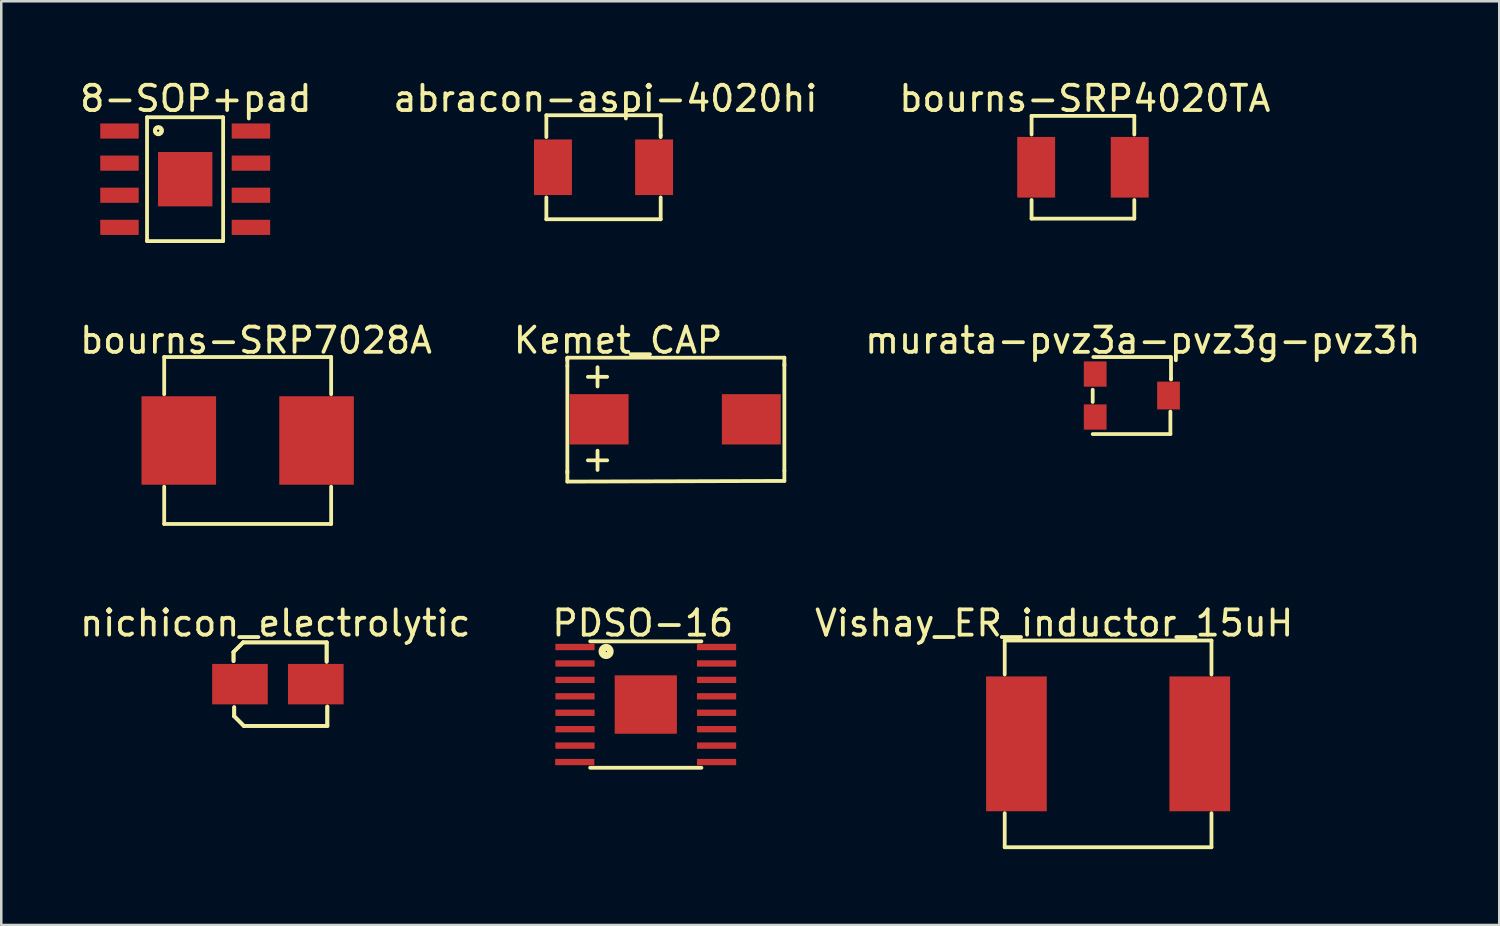
<source format=kicad_pcb>
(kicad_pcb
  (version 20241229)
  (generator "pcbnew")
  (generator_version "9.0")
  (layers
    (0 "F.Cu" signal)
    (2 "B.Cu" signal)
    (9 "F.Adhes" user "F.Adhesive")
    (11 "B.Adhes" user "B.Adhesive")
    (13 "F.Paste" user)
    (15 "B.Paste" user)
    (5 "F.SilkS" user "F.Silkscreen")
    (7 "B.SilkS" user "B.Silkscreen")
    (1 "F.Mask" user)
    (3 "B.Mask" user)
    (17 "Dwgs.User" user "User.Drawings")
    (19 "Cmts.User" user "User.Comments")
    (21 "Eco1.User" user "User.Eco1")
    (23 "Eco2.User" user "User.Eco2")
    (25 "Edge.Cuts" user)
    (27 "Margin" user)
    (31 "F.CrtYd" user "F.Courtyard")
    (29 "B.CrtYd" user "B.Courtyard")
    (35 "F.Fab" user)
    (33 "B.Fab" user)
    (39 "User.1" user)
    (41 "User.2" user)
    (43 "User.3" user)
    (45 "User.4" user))
  (footprint "bourns-SRP7028A"
    (layer "F.Cu")
    (at 6.747 14.374)
    (property "Reference" "bourns-SRP7028A" (at 0.33 -3.962 0) (layer "F.SilkS") (effects (font (size 1 1) (thickness 0.15))))
    (attr through_hole)
    (fp_line (start -3.302 -3.302) (end -3.302 -1.829) (stroke (width 0.15) (type solid)) (layer "F.SilkS"))
    (fp_line (start -3.302 -3.302) (end 3.302 -3.302) (stroke (width 0.15) (type solid)) (layer "F.SilkS"))
    (fp_line (start -3.302 3.302) (end -3.302 1.829) (stroke (width 0.15) (type solid)) (layer "F.SilkS"))
    (fp_line (start -3.302 3.302) (end 3.302 3.302) (stroke (width 0.15) (type solid)) (layer "F.SilkS"))
    (fp_line (start 3.302 -3.302) (end 3.302 -1.829) (stroke (width 0.15) (type solid)) (layer "F.SilkS"))
    (fp_line (start 3.302 3.302) (end 3.302 1.829) (stroke (width 0.15) (type solid)) (layer "F.SilkS"))
    (pad "1" smd rect (at -2.725 0) (size 2.95 3.5) (layers "F.Cu" "F.Mask" "F.Paste"))
    (pad "2" smd rect (at 2.725 0) (size 2.95 3.5) (layers "F.Cu" "F.Mask" "F.Paste")))
  (footprint "murata-pvz3a-pvz3g-pvz3h"
    (layer "F.Cu")
    (at 41.722 12.596)
    (property "Reference" "murata-pvz3a-pvz3g-pvz3h" (at 0.432 -2.184 0) (layer "F.SilkS") (effects (font (size 1 1) (thickness 0.15))))
    (attr through_hole)
    (fp_line (start -1.549 -0.229) (end -1.549 0.254) (stroke (width 0.15) (type solid)) (layer "F.SilkS"))
    (fp_line (start 1.524 -1.524) (end -1.524 -1.524) (stroke (width 0.15) (type solid)) (layer "F.SilkS"))
    (fp_line (start 1.524 1.524) (end -1.549 1.524) (stroke (width 0.15) (type solid)) (layer "F.SilkS"))
    (fp_line (start 1.524 1.524) (end 1.524 0.635) (stroke (width 0.15) (type solid)) (layer "F.SilkS"))
    (fp_line (start 1.549 -1.524) (end 1.549 -0.66) (stroke (width 0.15) (type solid)) (layer "F.SilkS"))
    (fp_line (start 1.549 -0.66) (end 1.549 -0.635) (stroke (width 0.15) (type solid)) (layer "F.SilkS"))
    (pad "1" smd rect (at -1.45 -0.85) (size 0.9 1) (layers "F.Cu" "F.Mask" "F.Paste"))
    (pad "2" smd rect (at 1.45 0) (size 0.9 1.1) (layers "F.Cu" "F.Mask" "F.Paste"))
    (pad "3" smd rect (at -1.45 0.85) (size 0.9 1) (layers "F.Cu" "F.Mask" "F.Paste")))
  (footprint "Vishay_ER_inductor_15uH"
    (layer "F.Cu")
    (at 40.782 26.374)
    (property "Reference" "Vishay_ER_inductor_15uH" (at -2.134 -4.775 0) (layer "F.SilkS") (effects (font (size 1 1) (thickness 0.15))))
    (attr through_hole)
    (fp_line (start -4.089 -4.089) (end -4.089 -2.743) (stroke (width 0.15) (type solid)) (layer "F.SilkS"))
    (fp_line (start -4.089 -4.089) (end 4.089 -4.089) (stroke (width 0.15) (type solid)) (layer "F.SilkS"))
    (fp_line (start -4.089 4.089) (end -4.089 2.743) (stroke (width 0.15) (type solid)) (layer "F.SilkS"))
    (fp_line (start -4.089 4.089) (end 4.089 4.089) (stroke (width 0.15) (type solid)) (layer "F.SilkS"))
    (fp_line (start 4.089 -4.089) (end 4.089 -2.743) (stroke (width 0.15) (type solid)) (layer "F.SilkS"))
    (fp_line (start 4.089 4.089) (end 4.089 2.743) (stroke (width 0.15) (type solid)) (layer "F.SilkS"))
    (pad "1" smd rect (at -3.626 0) (size 2.4 5.334) (layers "F.Cu" "F.Mask" "F.Paste"))
    (pad "2" smd rect (at 3.626 0) (size 2.4 5.334) (layers "F.Cu" "F.Mask" "F.Paste")))
  (footprint "Kemet_CAP"
    (layer "F.Cu")
    (at 23.659 13.536)
    (property "Reference" "Kemet_CAP" (at -2.261 -3.124 0) (layer "F.SilkS") (effects (font (size 1 1) (thickness 0.15))))
    (attr through_hole)
    (fp_line (start -4.267 -2.438) (end -4.267 -2.337) (stroke (width 0.15) (type solid)) (layer "F.SilkS"))
    (fp_line (start -4.267 -2.108) (end -4.267 -2.413) (stroke (width 0.15) (type solid)) (layer "F.SilkS"))
    (fp_line (start -4.267 2.057) (end -4.267 2.464) (stroke (width 0.15) (type solid)) (layer "F.SilkS"))
    (fp_line (start -4.267 2.108) (end -4.267 -2.108) (stroke (width 0.15) (type solid)) (layer "F.SilkS"))
    (fp_line (start -4.267 2.464) (end 4.318 2.438) (stroke (width 0.15) (type solid)) (layer "F.SilkS"))
    (fp_line (start 4.318 -2.438) (end -4.267 -2.438) (stroke (width 0.15) (type solid)) (layer "F.SilkS"))
    (fp_line (start 4.318 -2.184) (end 4.318 2.032) (stroke (width 0.15) (type solid)) (layer "F.SilkS"))
    (fp_line (start 4.318 -2.134) (end 4.318 -2.438) (stroke (width 0.15) (type solid)) (layer "F.SilkS"))
    (fp_line (start 4.318 2.032) (end 4.318 2.438) (stroke (width 0.15) (type solid)) (layer "F.SilkS"))
    (fp_text user "+" (at -3.073 1.549 0) (layer "F.SilkS") (effects (font (size 1 1) (thickness 0.15))))
    (fp_text user "+" (at -3.073 -1.753 0) (layer "F.SilkS") (effects (font (size 1 1) (thickness 0.15))))
    (pad "1" smd rect (at -3.01 0) (size 2.33 1.99) (layers "F.Cu" "F.Mask" "F.Paste"))
    (pad "2" smd rect (at 3.01 0) (size 2.33 1.99) (layers "F.Cu" "F.Mask" "F.Paste")))
  (footprint "abracon-aspi-4020hi"
    (layer "F.Cu")
    (at 20.823 3.566)
    (property "Reference" "abracon-aspi-4020hi" (at 0.076 -2.718 0) (layer "F.SilkS") (effects (font (size 1 1) (thickness 0.15))))
    (attr through_hole)
    (fp_line (start -2.261 -2.057) (end -2.261 -1.194) (stroke (width 0.15) (type solid)) (layer "F.SilkS"))
    (fp_line (start -2.261 -2.057) (end 2.261 -2.057) (stroke (width 0.15) (type solid)) (layer "F.SilkS"))
    (fp_line (start -2.261 2.057) (end -2.261 1.194) (stroke (width 0.15) (type solid)) (layer "F.SilkS"))
    (fp_line (start -2.261 2.057) (end 2.261 2.057) (stroke (width 0.15) (type solid)) (layer "F.SilkS"))
    (fp_line (start 2.261 -2.057) (end 2.261 -1.27) (stroke (width 0.15) (type solid)) (layer "F.SilkS"))
    (fp_line (start 2.261 -1.27) (end 2.261 -1.194) (stroke (width 0.15) (type solid)) (layer "F.SilkS"))
    (fp_line (start 2.261 2.057) (end 2.261 1.194) (stroke (width 0.15) (type solid)) (layer "F.SilkS"))
    (pad "1" smd rect (at -2 0) (size 1.5 2.2) (layers "F.Cu" "F.Mask" "F.Paste"))
    (pad "2" smd rect (at 2 0) (size 1.5 2.2) (layers "F.Cu" "F.Mask" "F.Paste")))
  (footprint "nichicon_electrolytic"
    (layer "F.Cu")
    (at 7.941 24.012)
    (property "Reference" "nichicon_electrolytic" (at -0.102 -2.413 0) (layer "F.SilkS") (effects (font (size 1 1) (thickness 0.15))))
    (attr through_hole)
    (fp_line (start -1.753 -1.27) (end -1.372 -1.651) (stroke (width 0.15) (type solid)) (layer "F.SilkS"))
    (fp_line (start -1.753 -1.27) (end -1.372 -1.651) (stroke (width 0.15) (type solid)) (layer "F.SilkS"))
    (fp_line (start -1.753 -0.914) (end -1.753 -1.27) (stroke (width 0.15) (type solid)) (layer "F.SilkS"))
    (fp_line (start -1.753 -0.914) (end -1.753 -1.27) (stroke (width 0.15) (type solid)) (layer "F.SilkS"))
    (fp_line (start -1.727 0.914) (end -1.727 1.27) (stroke (width 0.15) (type solid)) (layer "F.SilkS"))
    (fp_line (start -1.727 0.914) (end -1.727 1.27) (stroke (width 0.15) (type solid)) (layer "F.SilkS"))
    (fp_line (start -1.727 1.27) (end -1.346 1.651) (stroke (width 0.15) (type solid)) (layer "F.SilkS"))
    (fp_line (start -1.727 1.27) (end -1.346 1.651) (stroke (width 0.15) (type solid)) (layer "F.SilkS"))
    (fp_line (start -1.372 -1.651) (end 1.93 -1.651) (stroke (width 0.15) (type solid)) (layer "F.SilkS"))
    (fp_line (start -1.372 -1.651) (end 1.93 -1.651) (stroke (width 0.15) (type solid)) (layer "F.SilkS"))
    (fp_line (start -1.346 1.651) (end 1.956 1.651) (stroke (width 0.15) (type solid)) (layer "F.SilkS"))
    (fp_line (start -1.346 1.651) (end 1.956 1.651) (stroke (width 0.15) (type solid)) (layer "F.SilkS"))
    (fp_line (start 1.93 -1.651) (end 1.93 -0.889) (stroke (width 0.15) (type solid)) (layer "F.SilkS"))
    (fp_line (start 1.93 -1.651) (end 1.93 -0.889) (stroke (width 0.15) (type solid)) (layer "F.SilkS"))
    (fp_line (start 1.956 1.651) (end 1.956 0.889) (stroke (width 0.15) (type solid)) (layer "F.SilkS"))
    (fp_line (start 1.956 1.651) (end 1.956 0.889) (stroke (width 0.15) (type solid)) (layer "F.SilkS"))
    (pad "1" smd rect (at -1.5 0) (size 2.2 1.6) (layers "F.Cu" "F.Mask" "F.Paste"))
    (pad "2" smd rect (at 1.5 0) (size 2.2 1.6) (layers "F.Cu" "F.Mask" "F.Paste")))
  (footprint "8-SOP+pad"
    (layer "F.Cu")
    (at 4.276 4.038)
    (property "Reference" "8-SOP+pad" (at 0.42 -3.19 0) (layer "F.SilkS") (effects (font (size 1 1) (thickness 0.15))))
    (attr through_hole)
    (fp_line (start -1.51 -2.45) (end 1.5 -2.45) (stroke (width 0.15) (type solid)) (layer "F.SilkS"))
    (fp_line (start -1.51 2.45) (end -1.51 -2.45) (stroke (width 0.15) (type solid)) (layer "F.SilkS"))
    (fp_line (start 1.5 -2.45) (end 1.5 2.45) (stroke (width 0.15) (type solid)) (layer "F.SilkS"))
    (fp_line (start 1.5 2.45) (end -1.51 2.45) (stroke (width 0.15) (type solid)) (layer "F.SilkS"))
    (fp_circle (center -1.07 -1.92) (end -1.03 -1.94) (stroke (width 0.15) (type solid)) (fill no) (layer "F.SilkS"))
    (fp_circle (center -1.06 -1.92) (end -0.98 -2.04) (stroke (width 0.15) (type solid)) (fill no) (layer "F.SilkS"))
    (pad "1" smd rect (at -2.6 -1.905) (size 1.52 0.6) (layers "F.Cu" "F.Mask" "F.Paste"))
    (pad "2" smd rect (at -2.6 -0.635) (size 1.52 0.6) (layers "F.Cu" "F.Mask" "F.Paste"))
    (pad "3" smd rect (at -2.6 0.635) (size 1.52 0.6) (layers "F.Cu" "F.Mask" "F.Paste"))
    (pad "4" smd rect (at -2.6 1.905) (size 1.52 0.6) (layers "F.Cu" "F.Mask" "F.Paste"))
    (pad "5" smd rect (at 2.6 1.905) (size 1.52 0.6) (layers "F.Cu" "F.Mask" "F.Paste"))
    (pad "6" smd rect (at 2.6 0.635) (size 1.52 0.6) (layers "F.Cu" "F.Mask" "F.Paste"))
    (pad "7" smd rect (at 2.6 -0.635) (size 1.52 0.6) (layers "F.Cu" "F.Mask" "F.Paste"))
    (pad "8" smd rect (at 2.6 -1.905) (size 1.52 0.6) (layers "F.Cu" "F.Mask" "F.Paste"))
    (pad "9" smd rect (at 0 0) (size 2.15 2.15) (layers "F.Cu" "F.Mask" "F.Paste")))
  (footprint "PDSO-16"
    (layer "F.Cu")
    (at 22.495 24.819)
    (property "Reference" "PDSO-16" (at -0.12 -3.22 0) (layer "F.SilkS") (effects (font (size 1 1) (thickness 0.15))))
    (attr through_hole)
    (fp_line (start -2.2 -2.5) (end 2.2 -2.5) (stroke (width 0.15) (type solid)) (layer "F.SilkS"))
    (fp_line (start -2.2 2.5) (end 2.2 2.5) (stroke (width 0.15) (type solid)) (layer "F.SilkS"))
    (fp_circle (center -1.57 -2.1) (end -1.36 -2.18) (stroke (width 0.15) (type solid)) (fill no) (layer "F.SilkS"))
    (fp_circle (center -1.56 -2.1) (end -1.47 -2.14) (stroke (width 0.15) (type solid)) (fill no) (layer "F.SilkS"))
    (fp_circle (center -1.56 -2.07) (end -1.52 -2.12) (stroke (width 0.15) (type solid)) (fill no) (layer "F.SilkS"))
    (pad "1" smd rect (at -2.8 -2.275) (size 1.55 0.25) (layers "F.Cu" "F.Mask" "F.Paste"))
    (pad "2" smd rect (at -2.8 -1.625) (size 1.55 0.25) (layers "F.Cu" "F.Mask" "F.Paste"))
    (pad "3" smd rect (at -2.8 -0.975) (size 1.55 0.25) (layers "F.Cu" "F.Mask" "F.Paste"))
    (pad "4" smd rect (at -2.8 -0.325) (size 1.55 0.25) (layers "F.Cu" "F.Mask" "F.Paste"))
    (pad "5" smd rect (at -2.8 0.325) (size 1.55 0.25) (layers "F.Cu" "F.Mask" "F.Paste"))
    (pad "6" smd rect (at -2.8 0.975) (size 1.55 0.25) (layers "F.Cu" "F.Mask" "F.Paste"))
    (pad "7" smd rect (at -2.8 1.625) (size 1.55 0.25) (layers "F.Cu" "F.Mask" "F.Paste"))
    (pad "8" smd rect (at -2.81 2.275) (size 1.55 0.25) (layers "F.Cu" "F.Mask" "F.Paste"))
    (pad "9" smd rect (at 2.8 2.275) (size 1.55 0.25) (layers "F.Cu" "F.Mask" "F.Paste"))
    (pad "10" smd rect (at 2.8 1.625) (size 1.55 0.25) (layers "F.Cu" "F.Mask" "F.Paste"))
    (pad "11" smd rect (at 2.8 0.975) (size 1.55 0.25) (layers "F.Cu" "F.Mask" "F.Paste"))
    (pad "12" smd rect (at 2.8 0.325) (size 1.55 0.25) (layers "F.Cu" "F.Mask" "F.Paste"))
    (pad "13" smd rect (at 2.8 -0.325) (size 1.55 0.25) (layers "F.Cu" "F.Mask" "F.Paste"))
    (pad "14" smd rect (at 2.8 -0.975) (size 1.55 0.25) (layers "F.Cu" "F.Mask" "F.Paste"))
    (pad "15" smd rect (at 2.8 -1.625) (size 1.55 0.25) (layers "F.Cu" "F.Mask" "F.Paste"))
    (pad "16" smd rect (at 2.8 -2.275) (size 1.55 0.25) (layers "F.Cu" "F.Mask" "F.Paste"))
    (pad "17" smd rect (at 0 0) (size 2.46 2.31) (layers "F.Cu" "F.Mask" "F.Paste")))
  (footprint "bourns-SRP4020TA"
    (layer "F.Cu")
    (at 39.787 3.566)
    (property "Reference" "bourns-SRP4020TA" (at 0.076 -2.718 0) (layer "F.SilkS") (effects (font (size 1 1) (thickness 0.15))))
    (attr through_hole)
    (fp_line (start -2.032 -2.032) (end -2.032 -1.295) (stroke (width 0.15) (type solid)) (layer "F.SilkS"))
    (fp_line (start -2.032 -2.032) (end 2.032 -2.032) (stroke (width 0.15) (type solid)) (layer "F.SilkS"))
    (fp_line (start -2.032 2.032) (end -2.032 1.295) (stroke (width 0.15) (type solid)) (layer "F.SilkS"))
    (fp_line (start -2.032 2.032) (end 2.032 2.032) (stroke (width 0.15) (type solid)) (layer "F.SilkS"))
    (fp_line (start 2.032 -2.032) (end 2.032 -1.295) (stroke (width 0.15) (type solid)) (layer "F.SilkS"))
    (fp_line (start 2.032 2.032) (end 2.032 1.295) (stroke (width 0.15) (type solid)) (layer "F.SilkS"))
    (pad "1" smd rect (at -1.85 0) (size 1.5 2.4) (layers "F.Cu" "F.Mask" "F.Paste"))
    (pad "2" smd rect (at 1.85 0) (size 1.5 2.4) (layers "F.Cu" "F.Mask" "F.Paste")))
  (gr_rect
    (start -3 -3)
    (end 56.255 33.539)
    (stroke (width 0.1) (type default))
    (fill no)
    (layer "Edge.Cuts")))
</source>
